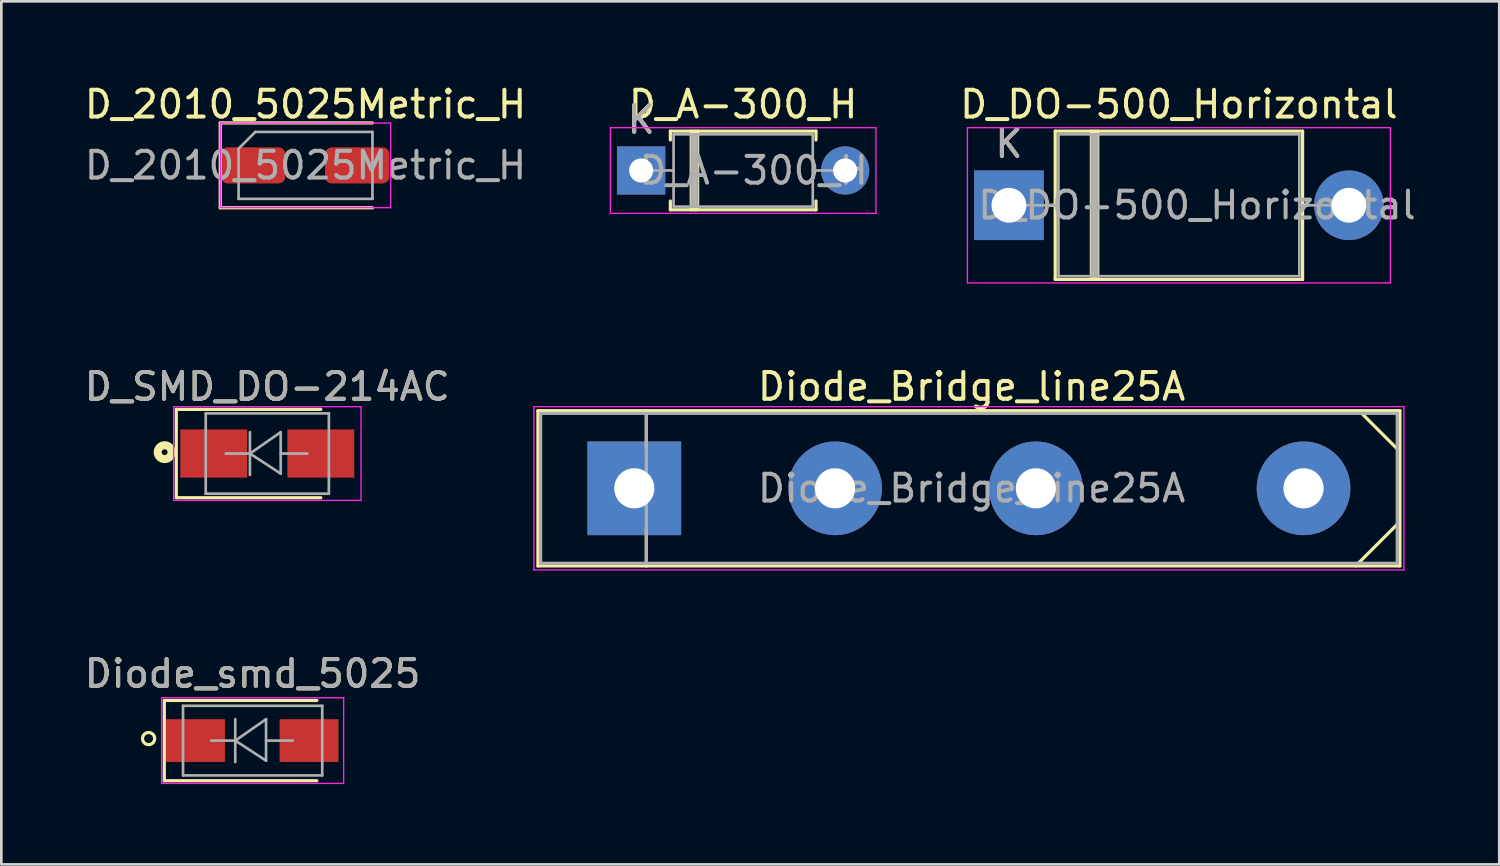
<source format=kicad_pcb>
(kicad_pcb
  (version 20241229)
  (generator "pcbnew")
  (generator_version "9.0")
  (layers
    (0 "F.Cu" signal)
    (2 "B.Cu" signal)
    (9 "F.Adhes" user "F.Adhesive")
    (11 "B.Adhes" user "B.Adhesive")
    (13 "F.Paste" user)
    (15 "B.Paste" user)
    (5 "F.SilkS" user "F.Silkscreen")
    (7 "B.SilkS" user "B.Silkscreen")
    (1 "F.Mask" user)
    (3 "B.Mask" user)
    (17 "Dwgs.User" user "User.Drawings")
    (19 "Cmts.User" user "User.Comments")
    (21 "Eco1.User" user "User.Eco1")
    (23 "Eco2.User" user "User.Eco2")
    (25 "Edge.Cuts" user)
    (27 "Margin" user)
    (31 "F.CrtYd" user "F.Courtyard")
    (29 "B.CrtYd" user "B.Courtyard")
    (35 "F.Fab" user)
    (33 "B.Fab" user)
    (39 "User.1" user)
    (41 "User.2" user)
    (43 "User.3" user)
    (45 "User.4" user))
  (footprint "D_DO-500_Horizontal"
    (layer "F.Cu")
    (at 34.638 4.618)
    (property "Reference" "D_DO-500_Horizontal" (at 6.35 -3.77 0) (layer "F.SilkS") (effects (font (size 1 1) (thickness 0.15))))
    (attr through_hole)
    (fp_line (start 1.54 0) (end 1.73 0) (stroke (width 0.12) (type solid)) (layer "F.SilkS"))
    (fp_line (start 1.73 -2.77) (end 1.73 2.77) (stroke (width 0.12) (type solid)) (layer "F.SilkS"))
    (fp_line (start 1.73 2.77) (end 10.97 2.77) (stroke (width 0.12) (type solid)) (layer "F.SilkS"))
    (fp_line (start 3.08 -2.77) (end 3.08 2.77) (stroke (width 0.12) (type solid)) (layer "F.SilkS"))
    (fp_line (start 3.2 -2.77) (end 3.2 2.77) (stroke (width 0.12) (type solid)) (layer "F.SilkS"))
    (fp_line (start 3.32 -2.77) (end 3.32 2.77) (stroke (width 0.12) (type solid)) (layer "F.SilkS"))
    (fp_line (start 10.97 -2.77) (end 1.73 -2.77) (stroke (width 0.12) (type solid)) (layer "F.SilkS"))
    (fp_line (start 10.97 2.77) (end 10.97 -2.77) (stroke (width 0.12) (type solid)) (layer "F.SilkS"))
    (fp_line (start 11.16 0) (end 10.97 0) (stroke (width 0.12) (type solid)) (layer "F.SilkS"))
    (fp_line (start -1.55 -2.9) (end -1.55 2.9) (stroke (width 0.05) (type solid)) (layer "F.CrtYd"))
    (fp_line (start -1.55 2.9) (end 14.25 2.9) (stroke (width 0.05) (type solid)) (layer "F.CrtYd"))
    (fp_line (start 14.25 -2.9) (end -1.55 -2.9) (stroke (width 0.05) (type solid)) (layer "F.CrtYd"))
    (fp_line (start 14.25 2.9) (end 14.25 -2.9) (stroke (width 0.05) (type solid)) (layer "F.CrtYd"))
    (fp_line (start 0 0) (end 1.85 0) (stroke (width 0.1) (type solid)) (layer "F.Fab"))
    (fp_line (start 1.85 -2.65) (end 1.85 2.65) (stroke (width 0.1) (type solid)) (layer "F.Fab"))
    (fp_line (start 1.85 2.65) (end 10.85 2.65) (stroke (width 0.1) (type solid)) (layer "F.Fab"))
    (fp_line (start 3.1 -2.65) (end 3.1 2.65) (stroke (width 0.1) (type solid)) (layer "F.Fab"))
    (fp_line (start 3.2 -2.65) (end 3.2 2.65) (stroke (width 0.1) (type solid)) (layer "F.Fab"))
    (fp_line (start 3.3 -2.65) (end 3.3 2.65) (stroke (width 0.1) (type solid)) (layer "F.Fab"))
    (fp_line (start 10.85 -2.65) (end 1.85 -2.65) (stroke (width 0.1) (type solid)) (layer "F.Fab"))
    (fp_line (start 10.85 2.65) (end 10.85 -2.65) (stroke (width 0.1) (type solid)) (layer "F.Fab"))
    (fp_line (start 12.7 0) (end 10.85 0) (stroke (width 0.1) (type solid)) (layer "F.Fab"))
    (fp_text user "K" (at 0 -2.3 0) (layer "F.SilkS") (effects (font (size 1 1) (thickness 0.15))))
    (fp_text user "K" (at 0 -2.3 0) (layer "F.Fab") (effects (font (size 1 1) (thickness 0.15))))
    (fp_text user "${REFERENCE}" (at 7.025 0 0) (layer "F.Fab") (effects (font (size 1 1) (thickness 0.15))))
    (pad "1" thru_hole rect (at 0 0) (size 2.6 2.6) (drill 1.3) (layers "*.Cu" "*.Mask"))
    (pad "2" thru_hole oval (at 12.7 0) (size 2.6 2.6) (drill 1.3) (layers "*.Cu" "*.Mask")))
  (footprint "D_SMD_DO-214AC"
    (layer "F.Cu")
    (at 6.935 13.892)
    (property "Reference" "D_SMD_DO-214AC" (at 0 -2.5 180) (layer "F.SilkS") (effects (font (size 1 1) (thickness 0.15))))
    (attr smd)
    (fp_line (start -3.4 -1.65) (end -3.4 1.65) (stroke (width 0.12) (type solid)) (layer "F.SilkS"))
    (fp_line (start -3.4 -1.65) (end 2 -1.65) (stroke (width 0.12) (type solid)) (layer "F.SilkS"))
    (fp_line (start -3.4 1.65) (end 2 1.65) (stroke (width 0.12) (type solid)) (layer "F.SilkS"))
    (fp_circle (center -3.835 -0.051) (end -3.576 -0.051) (stroke (width 0.3) (type solid)) (fill no) (layer "F.SilkS"))
    (fp_line (start -3.5 -1.75) (end 3.5 -1.75) (stroke (width 0.05) (type solid)) (layer "F.CrtYd"))
    (fp_line (start -3.5 1.75) (end -3.5 -1.75) (stroke (width 0.05) (type solid)) (layer "F.CrtYd"))
    (fp_line (start 3.5 -1.75) (end 3.5 1.75) (stroke (width 0.05) (type solid)) (layer "F.CrtYd"))
    (fp_line (start 3.5 1.75) (end -3.5 1.75) (stroke (width 0.05) (type solid)) (layer "F.CrtYd"))
    (fp_line (start -2.3 1.5) (end -2.3 -1.5) (stroke (width 0.1) (type solid)) (layer "F.Fab"))
    (fp_line (start -0.649 -0.799) (end -0.649 0.801) (stroke (width 0.1) (type solid)) (layer "F.Fab"))
    (fp_line (start -0.649 0.001) (end -1.551 0.001) (stroke (width 0.1) (type solid)) (layer "F.Fab"))
    (fp_line (start -0.649 0.001) (end 0.501 -0.799) (stroke (width 0.1) (type solid)) (layer "F.Fab"))
    (fp_line (start -0.649 0.001) (end 0.501 0.75) (stroke (width 0.1) (type solid)) (layer "F.Fab"))
    (fp_line (start 0.501 0.001) (end 1.499 0.001) (stroke (width 0.1) (type solid)) (layer "F.Fab"))
    (fp_line (start 0.501 0.75) (end 0.501 -0.799) (stroke (width 0.1) (type solid)) (layer "F.Fab"))
    (fp_line (start 2.3 -1.5) (end -2.3 -1.5) (stroke (width 0.1) (type solid)) (layer "F.Fab"))
    (fp_line (start 2.3 -1.5) (end 2.3 1.5) (stroke (width 0.1) (type solid)) (layer "F.Fab"))
    (fp_line (start 2.3 1.5) (end -2.3 1.5) (stroke (width 0.1) (type solid)) (layer "F.Fab"))
    (fp_text user "${REFERENCE}" (at 0 -2.5 180) (layer "F.Fab") (effects (font (size 1 1) (thickness 0.15))))
    (pad "1" smd rect (at 2 0) (size 2.5 1.8) (layers "F.Cu" "F.Mask" "F.Paste"))
    (pad "2" smd rect (at -2 0) (size 2.5 1.8) (layers "F.Cu" "F.Mask" "F.Paste")))
  (footprint "D_A-300_H"
    (layer "F.Cu")
    (at 20.901 3.318)
    (property "Reference" "D_A-300_H" (at 3.81 -2.47 0) (layer "F.SilkS") (effects (font (size 1 1) (thickness 0.15))))
    (attr through_hole)
    (fp_line (start 1.09 -1.47) (end 6.53 -1.47) (stroke (width 0.12) (type solid)) (layer "F.SilkS"))
    (fp_line (start 1.09 -1.14) (end 1.09 -1.47) (stroke (width 0.12) (type solid)) (layer "F.SilkS"))
    (fp_line (start 1.09 1.14) (end 1.09 1.47) (stroke (width 0.12) (type solid)) (layer "F.SilkS"))
    (fp_line (start 1.09 1.47) (end 6.53 1.47) (stroke (width 0.12) (type solid)) (layer "F.SilkS"))
    (fp_line (start 1.87 -1.47) (end 1.87 1.47) (stroke (width 0.12) (type solid)) (layer "F.SilkS"))
    (fp_line (start 1.99 -1.47) (end 1.99 1.47) (stroke (width 0.12) (type solid)) (layer "F.SilkS"))
    (fp_line (start 2.11 -1.47) (end 2.11 1.47) (stroke (width 0.12) (type solid)) (layer "F.SilkS"))
    (fp_line (start 6.53 -1.47) (end 6.53 -1.14) (stroke (width 0.12) (type solid)) (layer "F.SilkS"))
    (fp_line (start 6.53 1.47) (end 6.53 1.14) (stroke (width 0.12) (type solid)) (layer "F.SilkS"))
    (fp_line (start -1.15 -1.6) (end -1.15 1.6) (stroke (width 0.05) (type solid)) (layer "F.CrtYd"))
    (fp_line (start -1.15 1.6) (end 8.77 1.6) (stroke (width 0.05) (type solid)) (layer "F.CrtYd"))
    (fp_line (start 8.77 -1.6) (end -1.15 -1.6) (stroke (width 0.05) (type solid)) (layer "F.CrtYd"))
    (fp_line (start 8.77 1.6) (end 8.77 -1.6) (stroke (width 0.05) (type solid)) (layer "F.CrtYd"))
    (fp_line (start 0 0) (end 1.21 0) (stroke (width 0.1) (type solid)) (layer "F.Fab"))
    (fp_line (start 1.21 -1.35) (end 1.21 1.35) (stroke (width 0.1) (type solid)) (layer "F.Fab"))
    (fp_line (start 1.21 1.35) (end 6.41 1.35) (stroke (width 0.1) (type solid)) (layer "F.Fab"))
    (fp_line (start 1.89 -1.35) (end 1.89 1.35) (stroke (width 0.1) (type solid)) (layer "F.Fab"))
    (fp_line (start 1.99 -1.35) (end 1.99 1.35) (stroke (width 0.1) (type solid)) (layer "F.Fab"))
    (fp_line (start 2.09 -1.35) (end 2.09 1.35) (stroke (width 0.1) (type solid)) (layer "F.Fab"))
    (fp_line (start 6.41 -1.35) (end 1.21 -1.35) (stroke (width 0.1) (type solid)) (layer "F.Fab"))
    (fp_line (start 6.41 1.35) (end 6.41 -1.35) (stroke (width 0.1) (type solid)) (layer "F.Fab"))
    (fp_line (start 7.62 0) (end 6.41 0) (stroke (width 0.1) (type solid)) (layer "F.Fab"))
    (fp_text user "K" (at 0 -1.9 0) (layer "F.SilkS") (effects (font (size 1 1) (thickness 0.15))))
    (fp_text user "${REFERENCE}" (at 4.2 0 0) (layer "F.Fab") (effects (font (size 1 1) (thickness 0.15))))
    (fp_text user "K" (at 0 -1.9 0) (layer "F.Fab") (effects (font (size 1 1) (thickness 0.15))))
    (pad "1" thru_hole oval (at 7.62 0) (size 1.8 1.8) (drill 0.9) (layers "*.Cu" "*.Mask"))
    (pad "2" thru_hole rect (at 0 0) (size 1.8 1.8) (drill 0.9) (layers "*.Cu" "*.Mask")))
  (footprint "Diode_Bridge_line25A"
    (layer "F.Cu")
    (at 20.644 15.191)
    (property "Reference" "Diode_Bridge_line25A" (at 12.6 -3.8 180) (layer "F.SilkS") (effects (font (size 1 1) (thickness 0.15))))
    (attr through_hole)
    (fp_line (start -3.6 -2.9) (end 28.6 -2.9) (stroke (width 0.12) (type solid)) (layer "F.SilkS"))
    (fp_line (start -3.6 2.9) (end -3.6 -2.9) (stroke (width 0.12) (type solid)) (layer "F.SilkS"))
    (fp_line (start 0.45 -2.9) (end 0.45 -1.5) (stroke (width 0.12) (type solid)) (layer "F.SilkS"))
    (fp_line (start 0.45 2.9) (end 0.45 1.5) (stroke (width 0.12) (type solid)) (layer "F.SilkS"))
    (fp_line (start 26.949 2.896) (end 28.575 1.27) (stroke (width 0.12) (type solid)) (layer "F.SilkS"))
    (fp_line (start 27.076 -2.896) (end 28.575 -1.397) (stroke (width 0.12) (type solid)) (layer "F.SilkS"))
    (fp_line (start 28.6 -2.9) (end 28.6 2.9) (stroke (width 0.12) (type solid)) (layer "F.SilkS"))
    (fp_line (start 28.6 2.9) (end -3.6 2.9) (stroke (width 0.12) (type solid)) (layer "F.SilkS"))
    (fp_line (start -3.75 -3.05) (end 28.75 -3.05) (stroke (width 0.05) (type solid)) (layer "F.CrtYd"))
    (fp_line (start -3.75 3.05) (end -3.75 -3.05) (stroke (width 0.05) (type solid)) (layer "F.CrtYd"))
    (fp_line (start 28.75 -3.05) (end 28.75 3.05) (stroke (width 0.05) (type solid)) (layer "F.CrtYd"))
    (fp_line (start 28.75 3.05) (end -3.75 3.05) (stroke (width 0.05) (type solid)) (layer "F.CrtYd"))
    (fp_line (start -3.5 -2.794) (end -3.5 2.8) (stroke (width 0.12) (type solid)) (layer "F.Fab"))
    (fp_line (start -3.5 2.8) (end 28.5 2.8) (stroke (width 0.12) (type solid)) (layer "F.Fab"))
    (fp_line (start 0.45 -2.8) (end 0.45 2.8) (stroke (width 0.12) (type solid)) (layer "F.Fab"))
    (fp_line (start 28.5 -2.8) (end -3.429 -2.8) (stroke (width 0.12) (type solid)) (layer "F.Fab"))
    (fp_line (start 28.5 2.8) (end 28.5 -2.8) (stroke (width 0.12) (type solid)) (layer "F.Fab"))
    (fp_text user "${REFERENCE}" (at 12.6 0 180) (layer "F.Fab") (effects (font (size 1 1) (thickness 0.15))))
    (pad "1" thru_hole circle (at 25 0) (size 3.5 3.5) (drill 1.5) (layers "*.Cu" "*.Mask"))
    (pad "2" thru_hole rect (at 0 0) (size 3.5 3.5) (drill 1.5) (layers "*.Cu" "*.Mask"))
    (pad "3" thru_hole circle (at 7.5 0) (size 3.5 3.5) (drill 1.5) (layers "*.Cu" "*.Mask"))
    (pad "4" thru_hole circle (at 15 0) (size 3.5 3.5) (drill 1.5) (layers "*.Cu" "*.Mask")))
  (footprint "Diode_smd_5025"
    (layer "F.Cu")
    (at 6.387 24.615)
    (property "Reference" "Diode_smd_5025" (at 0 -2.5 0) (layer "F.SilkS") (effects (font (size 1 1) (thickness 0.15))))
    (attr smd)
    (fp_line (start -3.3 -1.5) (end -3.3 1.5) (stroke (width 0.12) (type solid)) (layer "F.SilkS"))
    (fp_line (start -3.3 1.5) (end 2.4 1.5) (stroke (width 0.12) (type solid)) (layer "F.SilkS"))
    (fp_line (start 2.4 -1.5) (end -3.3 -1.5) (stroke (width 0.12) (type solid)) (layer "F.SilkS"))
    (fp_circle (center -3.886 -0.076) (end -3.683 0.025) (stroke (width 0.12) (type solid)) (fill no) (layer "F.SilkS"))
    (fp_line (start -3.4 -1.6) (end 3.4 -1.6) (stroke (width 0.05) (type solid)) (layer "F.CrtYd"))
    (fp_line (start -3.4 1.6) (end -3.4 -1.6) (stroke (width 0.05) (type solid)) (layer "F.CrtYd"))
    (fp_line (start 3.4 -1.6) (end 3.4 1.6) (stroke (width 0.05) (type solid)) (layer "F.CrtYd"))
    (fp_line (start 3.4 1.6) (end -3.4 1.6) (stroke (width 0.05) (type solid)) (layer "F.CrtYd"))
    (fp_line (start -2.6 -1.3) (end -2.6 1.3) (stroke (width 0.1) (type solid)) (layer "F.Fab"))
    (fp_line (start -2.6 1.3) (end 2.6 1.3) (stroke (width 0.1) (type solid)) (layer "F.Fab"))
    (fp_line (start -0.649 -0.799) (end -0.649 0.801) (stroke (width 0.1) (type solid)) (layer "F.Fab"))
    (fp_line (start -0.649 0.001) (end -1.551 0.001) (stroke (width 0.1) (type solid)) (layer "F.Fab"))
    (fp_line (start -0.649 0.001) (end 0.501 -0.799) (stroke (width 0.1) (type solid)) (layer "F.Fab"))
    (fp_line (start -0.649 0.001) (end 0.501 0.75) (stroke (width 0.1) (type solid)) (layer "F.Fab"))
    (fp_line (start 0.501 0.001) (end 1.499 0.001) (stroke (width 0.1) (type solid)) (layer "F.Fab"))
    (fp_line (start 0.501 0.75) (end 0.501 -0.799) (stroke (width 0.1) (type solid)) (layer "F.Fab"))
    (fp_line (start 2.6 -1.3) (end -2.6 -1.3) (stroke (width 0.1) (type solid)) (layer "F.Fab"))
    (fp_line (start 2.6 1.3) (end 2.6 -1.3) (stroke (width 0.1) (type solid)) (layer "F.Fab"))
    (fp_text user "${REFERENCE}" (at 0 -2.5 0) (layer "F.Fab") (effects (font (size 1 1) (thickness 0.15))))
    (pad "1" smd rect (at 2.108 0) (size 2.2 1.6) (layers "F.Cu" "F.Mask" "F.Paste"))
    (pad "2" smd rect (at -2.134 0) (size 2.2 1.6) (layers "F.Cu" "F.Mask" "F.Paste")))
  (footprint "D_2010_5025Metric_H"
    (layer "F.Cu")
    (at 8.363 3.128)
    (property "Reference" "D_2010_5025Metric_H" (at 0 -2.28 0) (layer "F.SilkS") (effects (font (size 1 1) (thickness 0.15))))
    (attr smd)
    (fp_line (start -3.185 -1.585) (end -3.185 1.585) (stroke (width 0.12) (type solid)) (layer "F.SilkS"))
    (fp_line (start -3.185 1.585) (end 2.5 1.585) (stroke (width 0.12) (type solid)) (layer "F.SilkS"))
    (fp_line (start 2.5 -1.585) (end -3.185 -1.585) (stroke (width 0.12) (type solid)) (layer "F.SilkS"))
    (fp_line (start -3.18 -1.58) (end 3.18 -1.58) (stroke (width 0.05) (type solid)) (layer "F.CrtYd"))
    (fp_line (start -3.18 1.58) (end -3.18 -1.58) (stroke (width 0.05) (type solid)) (layer "F.CrtYd"))
    (fp_line (start 3.18 -1.58) (end 3.18 1.58) (stroke (width 0.05) (type solid)) (layer "F.CrtYd"))
    (fp_line (start 3.18 1.58) (end -3.18 1.58) (stroke (width 0.05) (type solid)) (layer "F.CrtYd"))
    (fp_line (start -2.5 -0.625) (end -2.5 1.25) (stroke (width 0.1) (type solid)) (layer "F.Fab"))
    (fp_line (start -2.5 1.25) (end 2.5 1.25) (stroke (width 0.1) (type solid)) (layer "F.Fab"))
    (fp_line (start -1.875 -1.25) (end -2.5 -0.625) (stroke (width 0.1) (type solid)) (layer "F.Fab"))
    (fp_line (start 2.5 -1.25) (end -1.875 -1.25) (stroke (width 0.1) (type solid)) (layer "F.Fab"))
    (fp_line (start 2.5 1.25) (end 2.5 -1.25) (stroke (width 0.1) (type solid)) (layer "F.Fab"))
    (fp_text user "${REFERENCE}" (at 0 0 0) (layer "F.Fab") (effects (font (size 1 1) (thickness 0.15))))
    (pad "1" smd roundrect (at -1.956 0 270) (size 1.35 2.4) (layers "F.Cu" "F.Mask" "F.Paste") (roundrect_rratio 0.185))
    (pad "2" smd roundrect (at 1.93 0 90) (size 1.35 2.4) (layers "F.Cu" "F.Mask" "F.Paste") (roundrect_rratio 0.185)))
  (gr_rect
    (start -3 -3)
    (end 52.955 29.24)
    (stroke (width 0.1) (type default))
    (fill no)
    (layer "Edge.Cuts")))
</source>
